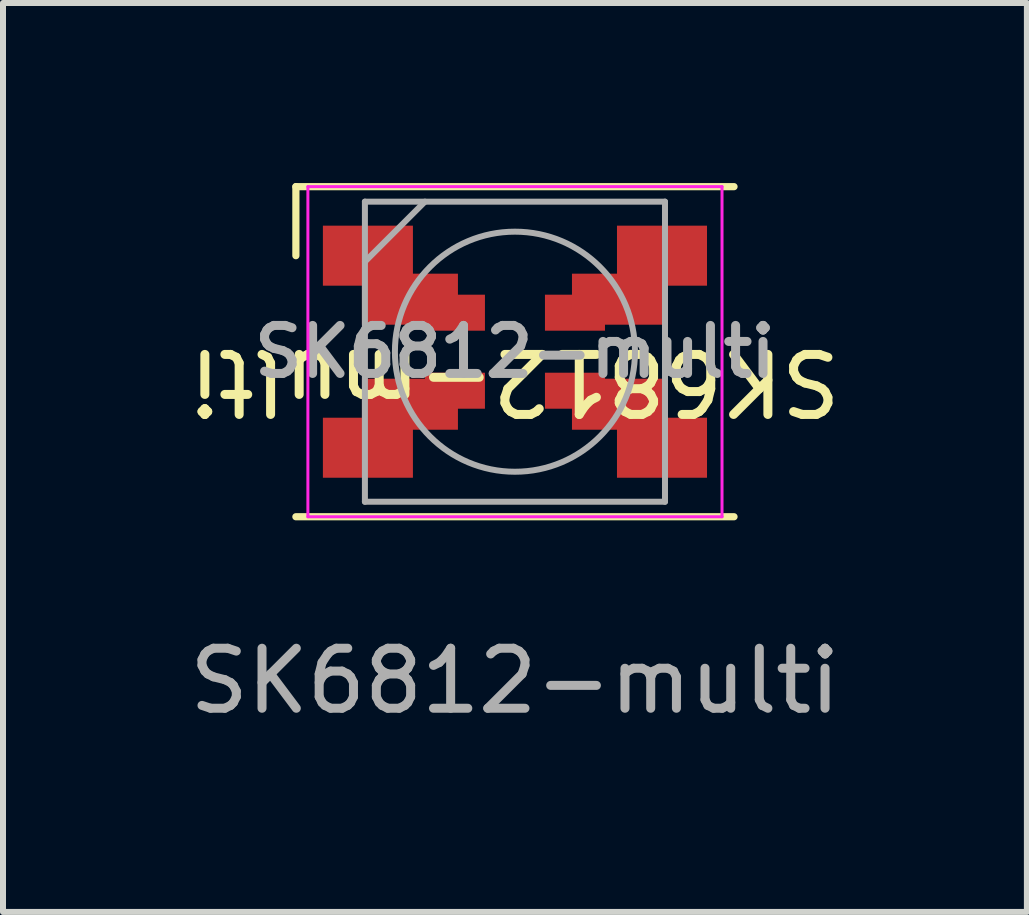
<source format=kicad_pcb>
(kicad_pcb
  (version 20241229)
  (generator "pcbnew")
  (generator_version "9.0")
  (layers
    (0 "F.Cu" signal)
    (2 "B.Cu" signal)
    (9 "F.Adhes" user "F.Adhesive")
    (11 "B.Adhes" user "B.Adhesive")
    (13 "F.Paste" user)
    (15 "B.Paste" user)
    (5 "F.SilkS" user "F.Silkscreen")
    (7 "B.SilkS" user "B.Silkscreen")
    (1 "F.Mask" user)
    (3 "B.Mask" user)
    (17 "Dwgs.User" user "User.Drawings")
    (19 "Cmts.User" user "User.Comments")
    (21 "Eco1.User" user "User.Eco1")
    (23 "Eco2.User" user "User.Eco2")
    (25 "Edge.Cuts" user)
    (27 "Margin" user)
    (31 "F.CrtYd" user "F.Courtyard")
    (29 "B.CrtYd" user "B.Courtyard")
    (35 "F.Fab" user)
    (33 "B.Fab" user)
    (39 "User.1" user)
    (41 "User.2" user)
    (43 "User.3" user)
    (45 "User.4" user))
  (footprint "SK6812-multi"
    (layer "F.Cu")
    (at 5.53 2.81)
    (property "Reference" "SK6812-multi" (at 0 0.5 180) (unlocked yes) (layer "F.SilkS") (effects (font (size 1 1) (thickness 0.15))))
    (attr smd)
    (fp_line (start -3.65 -2.75) (end -3.65 -1.6) (stroke (width 0.12) (type solid)) (layer "F.SilkS"))
    (fp_line (start 3.65 -2.75) (end -3.65 -2.75) (stroke (width 0.12) (type solid)) (layer "F.SilkS"))
    (fp_line (start 3.65 2.75) (end -3.65 2.75) (stroke (width 0.12) (type solid)) (layer "F.SilkS"))
    (fp_line (start -3.45 -2.75) (end -3.45 2.75) (stroke (width 0.05) (type solid)) (layer "F.CrtYd"))
    (fp_line (start -3.45 2.75) (end 3.45 2.75) (stroke (width 0.05) (type solid)) (layer "F.CrtYd"))
    (fp_line (start 3.45 -2.75) (end -3.45 -2.75) (stroke (width 0.05) (type solid)) (layer "F.CrtYd"))
    (fp_line (start 3.45 2.75) (end 3.45 -2.75) (stroke (width 0.05) (type solid)) (layer "F.CrtYd"))
    (fp_line (start -2.5 -2.5) (end -2.5 2.5) (stroke (width 0.1) (type solid)) (layer "F.Fab"))
    (fp_line (start -2.5 -1.5) (end -1.5 -2.5) (stroke (width 0.1) (type solid)) (layer "F.Fab"))
    (fp_line (start -2.5 2.5) (end 2.5 2.5) (stroke (width 0.1) (type solid)) (layer "F.Fab"))
    (fp_line (start 2.5 -2.5) (end -2.5 -2.5) (stroke (width 0.1) (type solid)) (layer "F.Fab"))
    (fp_line (start 2.5 2.5) (end 2.5 -2.5) (stroke (width 0.1) (type solid)) (layer "F.Fab"))
    (fp_circle (center 0 0) (end 0 2) (stroke (width 0.1) (type solid)) (fill no) (layer "F.Fab"))
    (fp_text user "${REFERENCE}" (at 0 5.486 0) (unlocked yes) (layer "F.Fab") (effects (font (size 1 1) (thickness 0.15))))
    (fp_text user "${REFERENCE}" (at 0 0 180) (layer "F.Fab") (effects (font (size 0.8 0.8) (thickness 0.15))))
    (pad "1" smd rect (at -2.45 -1.6 180) (size 1.5 1) (layers "F.Cu" "F.Mask" "F.Paste"))
    (pad "1" smd rect (at -1.75 -0.875) (size 1.6 0.85) (layers "F.Cu" "F.Mask" "F.Paste"))
    (pad "1" smd rect (at -1 -0.65) (size 1 0.6) (layers "F.Cu" "F.Mask" "F.Paste"))
    (pad "2" smd rect (at -2.45 1.6 180) (size 1.5 1) (layers "F.Cu" "F.Mask" "F.Paste"))
    (pad "2" smd rect (at -1.75 0.875) (size 1.6 0.85) (layers "F.Cu" "F.Mask" "F.Paste"))
    (pad "2" smd rect (at -1 0.65) (size 1 0.6) (layers "F.Cu" "F.Mask" "F.Paste"))
    (pad "3" smd rect (at 1 0.65) (size 1 0.6) (layers "F.Cu" "F.Mask" "F.Paste"))
    (pad "3" smd rect (at 1.75 0.875) (size 1.6 0.85) (layers "F.Cu" "F.Mask" "F.Paste"))
    (pad "3" smd rect (at 2.45 1.6 180) (size 1.5 1) (layers "F.Cu" "F.Mask" "F.Paste"))
    (pad "4" smd rect (at 1 -0.65) (size 1 0.6) (layers "F.Cu" "F.Mask" "F.Paste"))
    (pad "4" smd rect (at 1.75 -0.875) (size 1.6 0.85) (layers "F.Cu" "F.Mask" "F.Paste"))
    (pad "4" smd rect (at 2.45 -1.6 180) (size 1.5 1) (layers "F.Cu" "F.Mask" "F.Paste")))
  (gr_rect
    (start -3 -3)
    (end 14.06 12.145)
    (stroke (width 0.1) (type default))
    (fill no)
    (layer "Edge.Cuts")))
</source>
